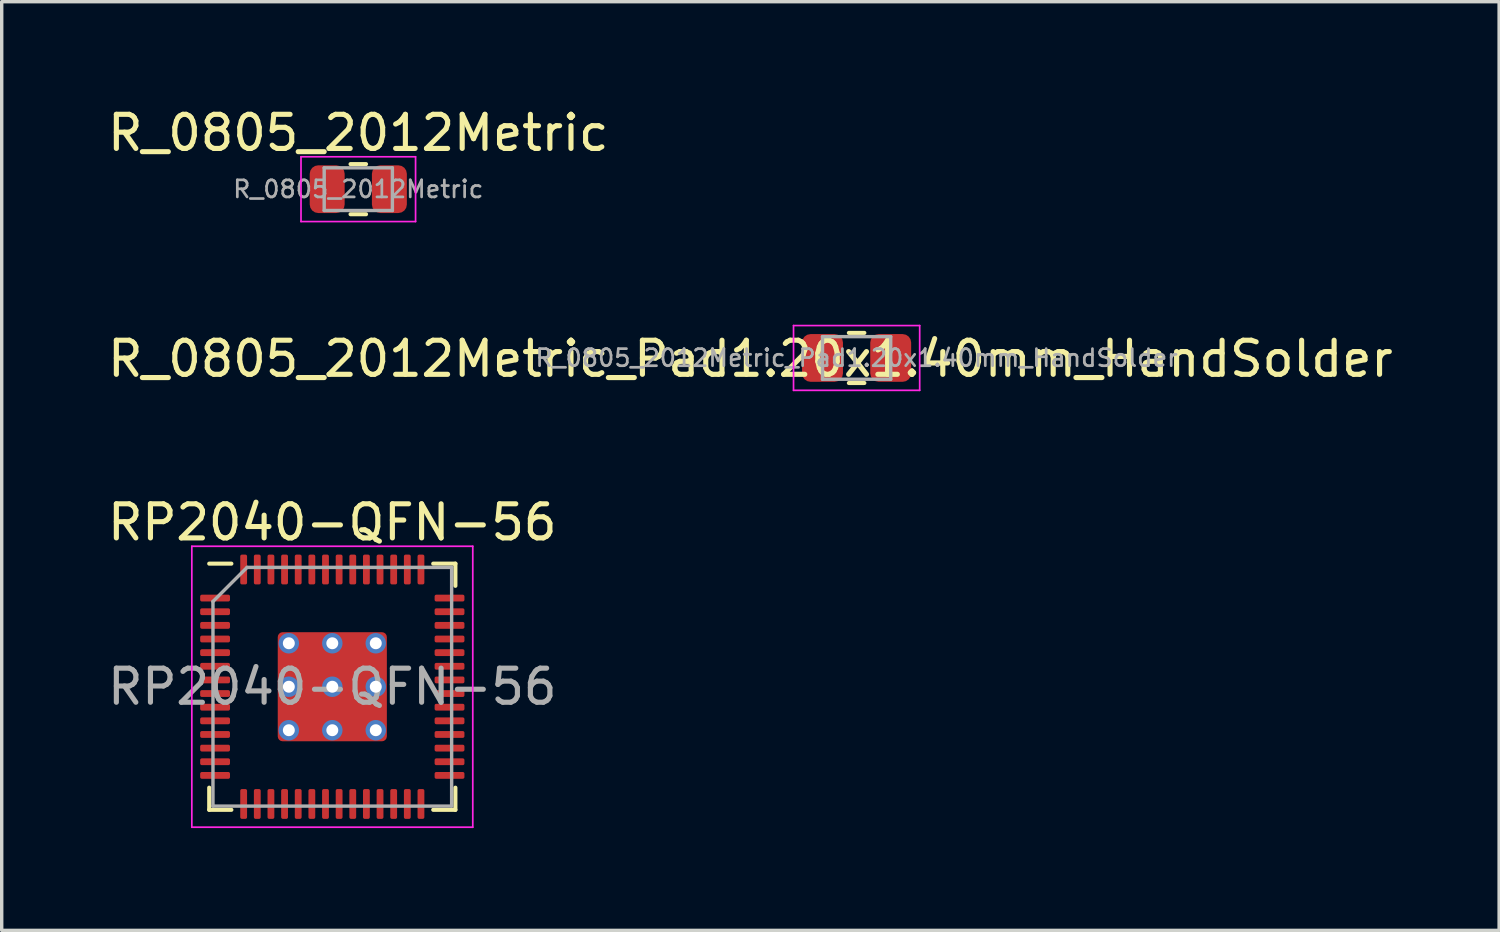
<source format=kicad_pcb>
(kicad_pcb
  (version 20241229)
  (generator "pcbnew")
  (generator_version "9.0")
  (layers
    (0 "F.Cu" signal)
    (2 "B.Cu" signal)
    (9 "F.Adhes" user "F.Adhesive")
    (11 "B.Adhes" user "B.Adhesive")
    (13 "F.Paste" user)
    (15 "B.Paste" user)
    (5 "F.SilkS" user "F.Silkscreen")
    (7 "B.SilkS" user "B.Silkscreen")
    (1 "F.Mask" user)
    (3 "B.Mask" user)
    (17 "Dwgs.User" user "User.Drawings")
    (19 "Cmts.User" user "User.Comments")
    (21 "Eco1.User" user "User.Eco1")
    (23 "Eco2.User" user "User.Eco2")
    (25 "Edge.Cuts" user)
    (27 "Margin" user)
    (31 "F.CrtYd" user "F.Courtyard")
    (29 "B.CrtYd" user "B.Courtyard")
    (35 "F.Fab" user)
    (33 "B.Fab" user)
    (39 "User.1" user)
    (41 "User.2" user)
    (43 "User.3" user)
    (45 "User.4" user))
  (footprint "RP2040-QFN-56"
    (layer "F.Cu")
    (at 6.696 17.091)
    (property "Reference" "RP2040-QFN-56" (at 0 -4.82 0) (layer "F.SilkS") (effects (font (size 1 1) (thickness 0.15))))
    (attr smd)
    (fp_line (start -3.61 3.61) (end -3.61 2.96) (stroke (width 0.12) (type solid)) (layer "F.SilkS"))
    (fp_line (start -2.96 -3.61) (end -3.61 -3.61) (stroke (width 0.12) (type solid)) (layer "F.SilkS"))
    (fp_line (start -2.96 3.61) (end -3.61 3.61) (stroke (width 0.12) (type solid)) (layer "F.SilkS"))
    (fp_line (start 2.96 -3.61) (end 3.61 -3.61) (stroke (width 0.12) (type solid)) (layer "F.SilkS"))
    (fp_line (start 2.96 3.61) (end 3.61 3.61) (stroke (width 0.12) (type solid)) (layer "F.SilkS"))
    (fp_line (start 3.61 -3.61) (end 3.61 -2.96) (stroke (width 0.12) (type solid)) (layer "F.SilkS"))
    (fp_line (start 3.61 3.61) (end 3.61 2.96) (stroke (width 0.12) (type solid)) (layer "F.SilkS"))
    (fp_line (start -4.12 -4.12) (end -4.12 4.12) (stroke (width 0.05) (type solid)) (layer "F.CrtYd"))
    (fp_line (start -4.12 4.12) (end 4.12 4.12) (stroke (width 0.05) (type solid)) (layer "F.CrtYd"))
    (fp_line (start 4.12 -4.12) (end -4.12 -4.12) (stroke (width 0.05) (type solid)) (layer "F.CrtYd"))
    (fp_line (start 4.12 4.12) (end 4.12 -4.12) (stroke (width 0.05) (type solid)) (layer "F.CrtYd"))
    (fp_line (start -3.5 -2.5) (end -2.5 -3.5) (stroke (width 0.1) (type solid)) (layer "F.Fab"))
    (fp_line (start -3.5 3.5) (end -3.5 -2.5) (stroke (width 0.1) (type solid)) (layer "F.Fab"))
    (fp_line (start -2.5 -3.5) (end 3.5 -3.5) (stroke (width 0.1) (type solid)) (layer "F.Fab"))
    (fp_line (start 3.5 -3.5) (end 3.5 3.5) (stroke (width 0.1) (type solid)) (layer "F.Fab"))
    (fp_line (start 3.5 3.5) (end -3.5 3.5) (stroke (width 0.1) (type solid)) (layer "F.Fab"))
    (fp_text user "${REFERENCE}" (at 0 0 0) (layer "F.Fab") (effects (font (size 1 1) (thickness 0.15))))
    (pad "" smd roundrect (at -0.637 -0.637) (size 1.084 1.084) (layers "F.Paste") (roundrect_rratio 0.231))
    (pad "" smd roundrect (at -0.637 0.637) (size 1.084 1.084) (layers "F.Paste") (roundrect_rratio 0.231))
    (pad "" smd roundrect (at 0.637 -0.637) (size 1.084 1.084) (layers "F.Paste") (roundrect_rratio 0.231))
    (pad "" smd roundrect (at 0.637 0.637) (size 1.084 1.084) (layers "F.Paste") (roundrect_rratio 0.231))
    (pad "1" smd roundrect (at -3.438 -2.6) (size 0.875 0.2) (layers "F.Cu" "F.Mask" "F.Paste") (roundrect_rratio 0.25))
    (pad "2" smd roundrect (at -3.438 -2.2) (size 0.875 0.2) (layers "F.Cu" "F.Mask" "F.Paste") (roundrect_rratio 0.25))
    (pad "3" smd roundrect (at -3.438 -1.8) (size 0.875 0.2) (layers "F.Cu" "F.Mask" "F.Paste") (roundrect_rratio 0.25))
    (pad "4" smd roundrect (at -3.438 -1.4) (size 0.875 0.2) (layers "F.Cu" "F.Mask" "F.Paste") (roundrect_rratio 0.25))
    (pad "5" smd roundrect (at -3.438 -1) (size 0.875 0.2) (layers "F.Cu" "F.Mask" "F.Paste") (roundrect_rratio 0.25))
    (pad "6" smd roundrect (at -3.438 -0.6) (size 0.875 0.2) (layers "F.Cu" "F.Mask" "F.Paste") (roundrect_rratio 0.25))
    (pad "7" smd roundrect (at -3.438 -0.2) (size 0.875 0.2) (layers "F.Cu" "F.Mask" "F.Paste") (roundrect_rratio 0.25))
    (pad "8" smd roundrect (at -3.438 0.2) (size 0.875 0.2) (layers "F.Cu" "F.Mask" "F.Paste") (roundrect_rratio 0.25))
    (pad "9" smd roundrect (at -3.438 0.6) (size 0.875 0.2) (layers "F.Cu" "F.Mask" "F.Paste") (roundrect_rratio 0.25))
    (pad "10" smd roundrect (at -3.438 1) (size 0.875 0.2) (layers "F.Cu" "F.Mask" "F.Paste") (roundrect_rratio 0.25))
    (pad "11" smd roundrect (at -3.438 1.4) (size 0.875 0.2) (layers "F.Cu" "F.Mask" "F.Paste") (roundrect_rratio 0.25))
    (pad "12" smd roundrect (at -3.438 1.8) (size 0.875 0.2) (layers "F.Cu" "F.Mask" "F.Paste") (roundrect_rratio 0.25))
    (pad "13" smd roundrect (at -3.438 2.2) (size 0.875 0.2) (layers "F.Cu" "F.Mask" "F.Paste") (roundrect_rratio 0.25))
    (pad "14" smd roundrect (at -3.438 2.6) (size 0.875 0.2) (layers "F.Cu" "F.Mask" "F.Paste") (roundrect_rratio 0.25))
    (pad "15" smd roundrect (at -2.6 3.438) (size 0.2 0.875) (layers "F.Cu" "F.Mask" "F.Paste") (roundrect_rratio 0.25))
    (pad "16" smd roundrect (at -2.2 3.438) (size 0.2 0.875) (layers "F.Cu" "F.Mask" "F.Paste") (roundrect_rratio 0.25))
    (pad "17" smd roundrect (at -1.8 3.438) (size 0.2 0.875) (layers "F.Cu" "F.Mask" "F.Paste") (roundrect_rratio 0.25))
    (pad "18" smd roundrect (at -1.4 3.438) (size 0.2 0.875) (layers "F.Cu" "F.Mask" "F.Paste") (roundrect_rratio 0.25))
    (pad "19" smd roundrect (at -1 3.438) (size 0.2 0.875) (layers "F.Cu" "F.Mask" "F.Paste") (roundrect_rratio 0.25))
    (pad "20" smd roundrect (at -0.6 3.438) (size 0.2 0.875) (layers "F.Cu" "F.Mask" "F.Paste") (roundrect_rratio 0.25))
    (pad "21" smd roundrect (at -0.2 3.438) (size 0.2 0.875) (layers "F.Cu" "F.Mask" "F.Paste") (roundrect_rratio 0.25))
    (pad "22" smd roundrect (at 0.2 3.438) (size 0.2 0.875) (layers "F.Cu" "F.Mask" "F.Paste") (roundrect_rratio 0.25))
    (pad "23" smd roundrect (at 0.6 3.438) (size 0.2 0.875) (layers "F.Cu" "F.Mask" "F.Paste") (roundrect_rratio 0.25))
    (pad "24" smd roundrect (at 1 3.438) (size 0.2 0.875) (layers "F.Cu" "F.Mask" "F.Paste") (roundrect_rratio 0.25))
    (pad "25" smd roundrect (at 1.4 3.438) (size 0.2 0.875) (layers "F.Cu" "F.Mask" "F.Paste") (roundrect_rratio 0.25))
    (pad "26" smd roundrect (at 1.8 3.438) (size 0.2 0.875) (layers "F.Cu" "F.Mask" "F.Paste") (roundrect_rratio 0.25))
    (pad "27" smd roundrect (at 2.2 3.438) (size 0.2 0.875) (layers "F.Cu" "F.Mask" "F.Paste") (roundrect_rratio 0.25))
    (pad "28" smd roundrect (at 2.6 3.438) (size 0.2 0.875) (layers "F.Cu" "F.Mask" "F.Paste") (roundrect_rratio 0.25))
    (pad "29" smd roundrect (at 3.438 2.6) (size 0.875 0.2) (layers "F.Cu" "F.Mask" "F.Paste") (roundrect_rratio 0.25))
    (pad "30" smd roundrect (at 3.438 2.2) (size 0.875 0.2) (layers "F.Cu" "F.Mask" "F.Paste") (roundrect_rratio 0.25))
    (pad "31" smd roundrect (at 3.438 1.8) (size 0.875 0.2) (layers "F.Cu" "F.Mask" "F.Paste") (roundrect_rratio 0.25))
    (pad "32" smd roundrect (at 3.438 1.4) (size 0.875 0.2) (layers "F.Cu" "F.Mask" "F.Paste") (roundrect_rratio 0.25))
    (pad "33" smd roundrect (at 3.438 1) (size 0.875 0.2) (layers "F.Cu" "F.Mask" "F.Paste") (roundrect_rratio 0.25))
    (pad "34" smd roundrect (at 3.438 0.6) (size 0.875 0.2) (layers "F.Cu" "F.Mask" "F.Paste") (roundrect_rratio 0.25))
    (pad "35" smd roundrect (at 3.438 0.2) (size 0.875 0.2) (layers "F.Cu" "F.Mask" "F.Paste") (roundrect_rratio 0.25))
    (pad "36" smd roundrect (at 3.438 -0.2) (size 0.875 0.2) (layers "F.Cu" "F.Mask" "F.Paste") (roundrect_rratio 0.25))
    (pad "37" smd roundrect (at 3.438 -0.6) (size 0.875 0.2) (layers "F.Cu" "F.Mask" "F.Paste") (roundrect_rratio 0.25))
    (pad "38" smd roundrect (at 3.438 -1) (size 0.875 0.2) (layers "F.Cu" "F.Mask" "F.Paste") (roundrect_rratio 0.25))
    (pad "39" smd roundrect (at 3.438 -1.4) (size 0.875 0.2) (layers "F.Cu" "F.Mask" "F.Paste") (roundrect_rratio 0.25))
    (pad "40" smd roundrect (at 3.438 -1.8) (size 0.875 0.2) (layers "F.Cu" "F.Mask" "F.Paste") (roundrect_rratio 0.25))
    (pad "41" smd roundrect (at 3.438 -2.2) (size 0.875 0.2) (layers "F.Cu" "F.Mask" "F.Paste") (roundrect_rratio 0.25))
    (pad "42" smd roundrect (at 3.438 -2.6) (size 0.875 0.2) (layers "F.Cu" "F.Mask" "F.Paste") (roundrect_rratio 0.25))
    (pad "43" smd roundrect (at 2.6 -3.438) (size 0.2 0.875) (layers "F.Cu" "F.Mask" "F.Paste") (roundrect_rratio 0.25))
    (pad "44" smd roundrect (at 2.2 -3.438) (size 0.2 0.875) (layers "F.Cu" "F.Mask" "F.Paste") (roundrect_rratio 0.25))
    (pad "45" smd roundrect (at 1.8 -3.438) (size 0.2 0.875) (layers "F.Cu" "F.Mask" "F.Paste") (roundrect_rratio 0.25))
    (pad "46" smd roundrect (at 1.4 -3.438) (size 0.2 0.875) (layers "F.Cu" "F.Mask" "F.Paste") (roundrect_rratio 0.25))
    (pad "47" smd roundrect (at 1 -3.438) (size 0.2 0.875) (layers "F.Cu" "F.Mask" "F.Paste") (roundrect_rratio 0.25))
    (pad "48" smd roundrect (at 0.6 -3.438) (size 0.2 0.875) (layers "F.Cu" "F.Mask" "F.Paste") (roundrect_rratio 0.25))
    (pad "49" smd roundrect (at 0.2 -3.438) (size 0.2 0.875) (layers "F.Cu" "F.Mask" "F.Paste") (roundrect_rratio 0.25))
    (pad "50" smd roundrect (at -0.2 -3.438) (size 0.2 0.875) (layers "F.Cu" "F.Mask" "F.Paste") (roundrect_rratio 0.25))
    (pad "51" smd roundrect (at -0.6 -3.438) (size 0.2 0.875) (layers "F.Cu" "F.Mask" "F.Paste") (roundrect_rratio 0.25))
    (pad "52" smd roundrect (at -1 -3.438) (size 0.2 0.875) (layers "F.Cu" "F.Mask" "F.Paste") (roundrect_rratio 0.25))
    (pad "53" smd roundrect (at -1.4 -3.438) (size 0.2 0.875) (layers "F.Cu" "F.Mask" "F.Paste") (roundrect_rratio 0.25))
    (pad "54" smd roundrect (at -1.8 -3.438) (size 0.2 0.875) (layers "F.Cu" "F.Mask" "F.Paste") (roundrect_rratio 0.25))
    (pad "55" smd roundrect (at -2.2 -3.438) (size 0.2 0.875) (layers "F.Cu" "F.Mask" "F.Paste") (roundrect_rratio 0.25))
    (pad "56" smd roundrect (at -2.6 -3.438) (size 0.2 0.875) (layers "F.Cu" "F.Mask" "F.Paste") (roundrect_rratio 0.25))
    (pad "57" thru_hole circle (at -1.275 -1.275) (size 0.6 0.6) (drill 0.35) (layers "*.Cu"))
    (pad "57" thru_hole circle (at -1.275 0) (size 0.6 0.6) (drill 0.35) (layers "*.Cu"))
    (pad "57" thru_hole circle (at -1.275 1.275) (size 0.6 0.6) (drill 0.35) (layers "*.Cu"))
    (pad "57" thru_hole circle (at 0 -1.275) (size 0.6 0.6) (drill 0.35) (layers "*.Cu"))
    (pad "57" thru_hole circle (at 0 0) (size 0.6 0.6) (drill 0.35) (layers "*.Cu"))
    (pad "57" smd roundrect (at 0 0) (size 3.2 3.2) (layers "F.Cu" "F.Mask") (roundrect_rratio 0.045))
    (pad "57" thru_hole circle (at 0 1.275) (size 0.6 0.6) (drill 0.35) (layers "*.Cu"))
    (pad "57" thru_hole circle (at 1.275 -1.275) (size 0.6 0.6) (drill 0.35) (layers "*.Cu"))
    (pad "57" thru_hole circle (at 1.275 0) (size 0.6 0.6) (drill 0.35) (layers "*.Cu"))
    (pad "57" thru_hole circle (at 1.275 1.275) (size 0.6 0.6) (drill 0.35) (layers "*.Cu")))
  (footprint "R_0805_2012Metric_Pad1.20x1.40mm_HandSolder"
    (layer "F.Cu")
    (at 22.073 7.448)
    (property "Reference" "R_0805_2012Metric_Pad1.20x1.40mm_HandSolder" (at -3.115 0.025 180) (layer "F.SilkS") (effects (font (size 1 1) (thickness 0.15))))
    (attr smd)
    (fp_line (start -0.227 -0.735) (end 0.227 -0.735) (stroke (width 0.12) (type solid)) (layer "F.SilkS"))
    (fp_line (start -0.227 0.735) (end 0.227 0.735) (stroke (width 0.12) (type solid)) (layer "F.SilkS"))
    (fp_line (start -1.85 -0.95) (end 1.85 -0.95) (stroke (width 0.05) (type solid)) (layer "F.CrtYd"))
    (fp_line (start -1.85 0.95) (end -1.85 -0.95) (stroke (width 0.05) (type solid)) (layer "F.CrtYd"))
    (fp_line (start 1.85 -0.95) (end 1.85 0.95) (stroke (width 0.05) (type solid)) (layer "F.CrtYd"))
    (fp_line (start 1.85 0.95) (end -1.85 0.95) (stroke (width 0.05) (type solid)) (layer "F.CrtYd"))
    (fp_line (start -1 -0.625) (end 1 -0.625) (stroke (width 0.1) (type solid)) (layer "F.Fab"))
    (fp_line (start -1 0.625) (end -1 -0.625) (stroke (width 0.1) (type solid)) (layer "F.Fab"))
    (fp_line (start 1 -0.625) (end 1 0.625) (stroke (width 0.1) (type solid)) (layer "F.Fab"))
    (fp_line (start 1 0.625) (end -1 0.625) (stroke (width 0.1) (type solid)) (layer "F.Fab"))
    (fp_text user "${REFERENCE}" (at 0 0 180) (layer "F.Fab") (effects (font (size 0.5 0.5) (thickness 0.08))))
    (pad "1" smd roundrect (at -1 0) (size 1.2 1.4) (layers "F.Cu" "F.Mask" "F.Paste") (roundrect_rratio 0.208))
    (pad "2" smd roundrect (at 1 0) (size 1.2 1.4) (layers "F.Cu" "F.Mask" "F.Paste") (roundrect_rratio 0.208)))
  (footprint "R_0805_2012Metric"
    (layer "F.Cu")
    (at 7.458 2.498)
    (property "Reference" "R_0805_2012Metric" (at 0 -1.65 0) (layer "F.SilkS") (effects (font (size 1 1) (thickness 0.15))))
    (attr smd)
    (fp_line (start -0.227 -0.735) (end 0.227 -0.735) (stroke (width 0.12) (type solid)) (layer "F.SilkS"))
    (fp_line (start -0.227 0.735) (end 0.227 0.735) (stroke (width 0.12) (type solid)) (layer "F.SilkS"))
    (fp_line (start -1.68 -0.95) (end 1.68 -0.95) (stroke (width 0.05) (type solid)) (layer "F.CrtYd"))
    (fp_line (start -1.68 0.95) (end -1.68 -0.95) (stroke (width 0.05) (type solid)) (layer "F.CrtYd"))
    (fp_line (start 1.68 -0.95) (end 1.68 0.95) (stroke (width 0.05) (type solid)) (layer "F.CrtYd"))
    (fp_line (start 1.68 0.95) (end -1.68 0.95) (stroke (width 0.05) (type solid)) (layer "F.CrtYd"))
    (fp_line (start -1 -0.625) (end 1 -0.625) (stroke (width 0.1) (type solid)) (layer "F.Fab"))
    (fp_line (start -1 0.625) (end -1 -0.625) (stroke (width 0.1) (type solid)) (layer "F.Fab"))
    (fp_line (start 1 -0.625) (end 1 0.625) (stroke (width 0.1) (type solid)) (layer "F.Fab"))
    (fp_line (start 1 0.625) (end -1 0.625) (stroke (width 0.1) (type solid)) (layer "F.Fab"))
    (fp_text user "${REFERENCE}" (at 0 0 0) (layer "F.Fab") (effects (font (size 0.5 0.5) (thickness 0.08))))
    (pad "1" smd roundrect (at -0.912 0) (size 1.025 1.4) (layers "F.Cu" "F.Mask" "F.Paste") (roundrect_rratio 0.244))
    (pad "2" smd roundrect (at 0.912 0) (size 1.025 1.4) (layers "F.Cu" "F.Mask" "F.Paste") (roundrect_rratio 0.244)))
  (gr_rect
    (start -3 -3)
    (end 40.917 24.236)
    (stroke (width 0.1) (type default))
    (fill no)
    (layer "Edge.Cuts")))
</source>
